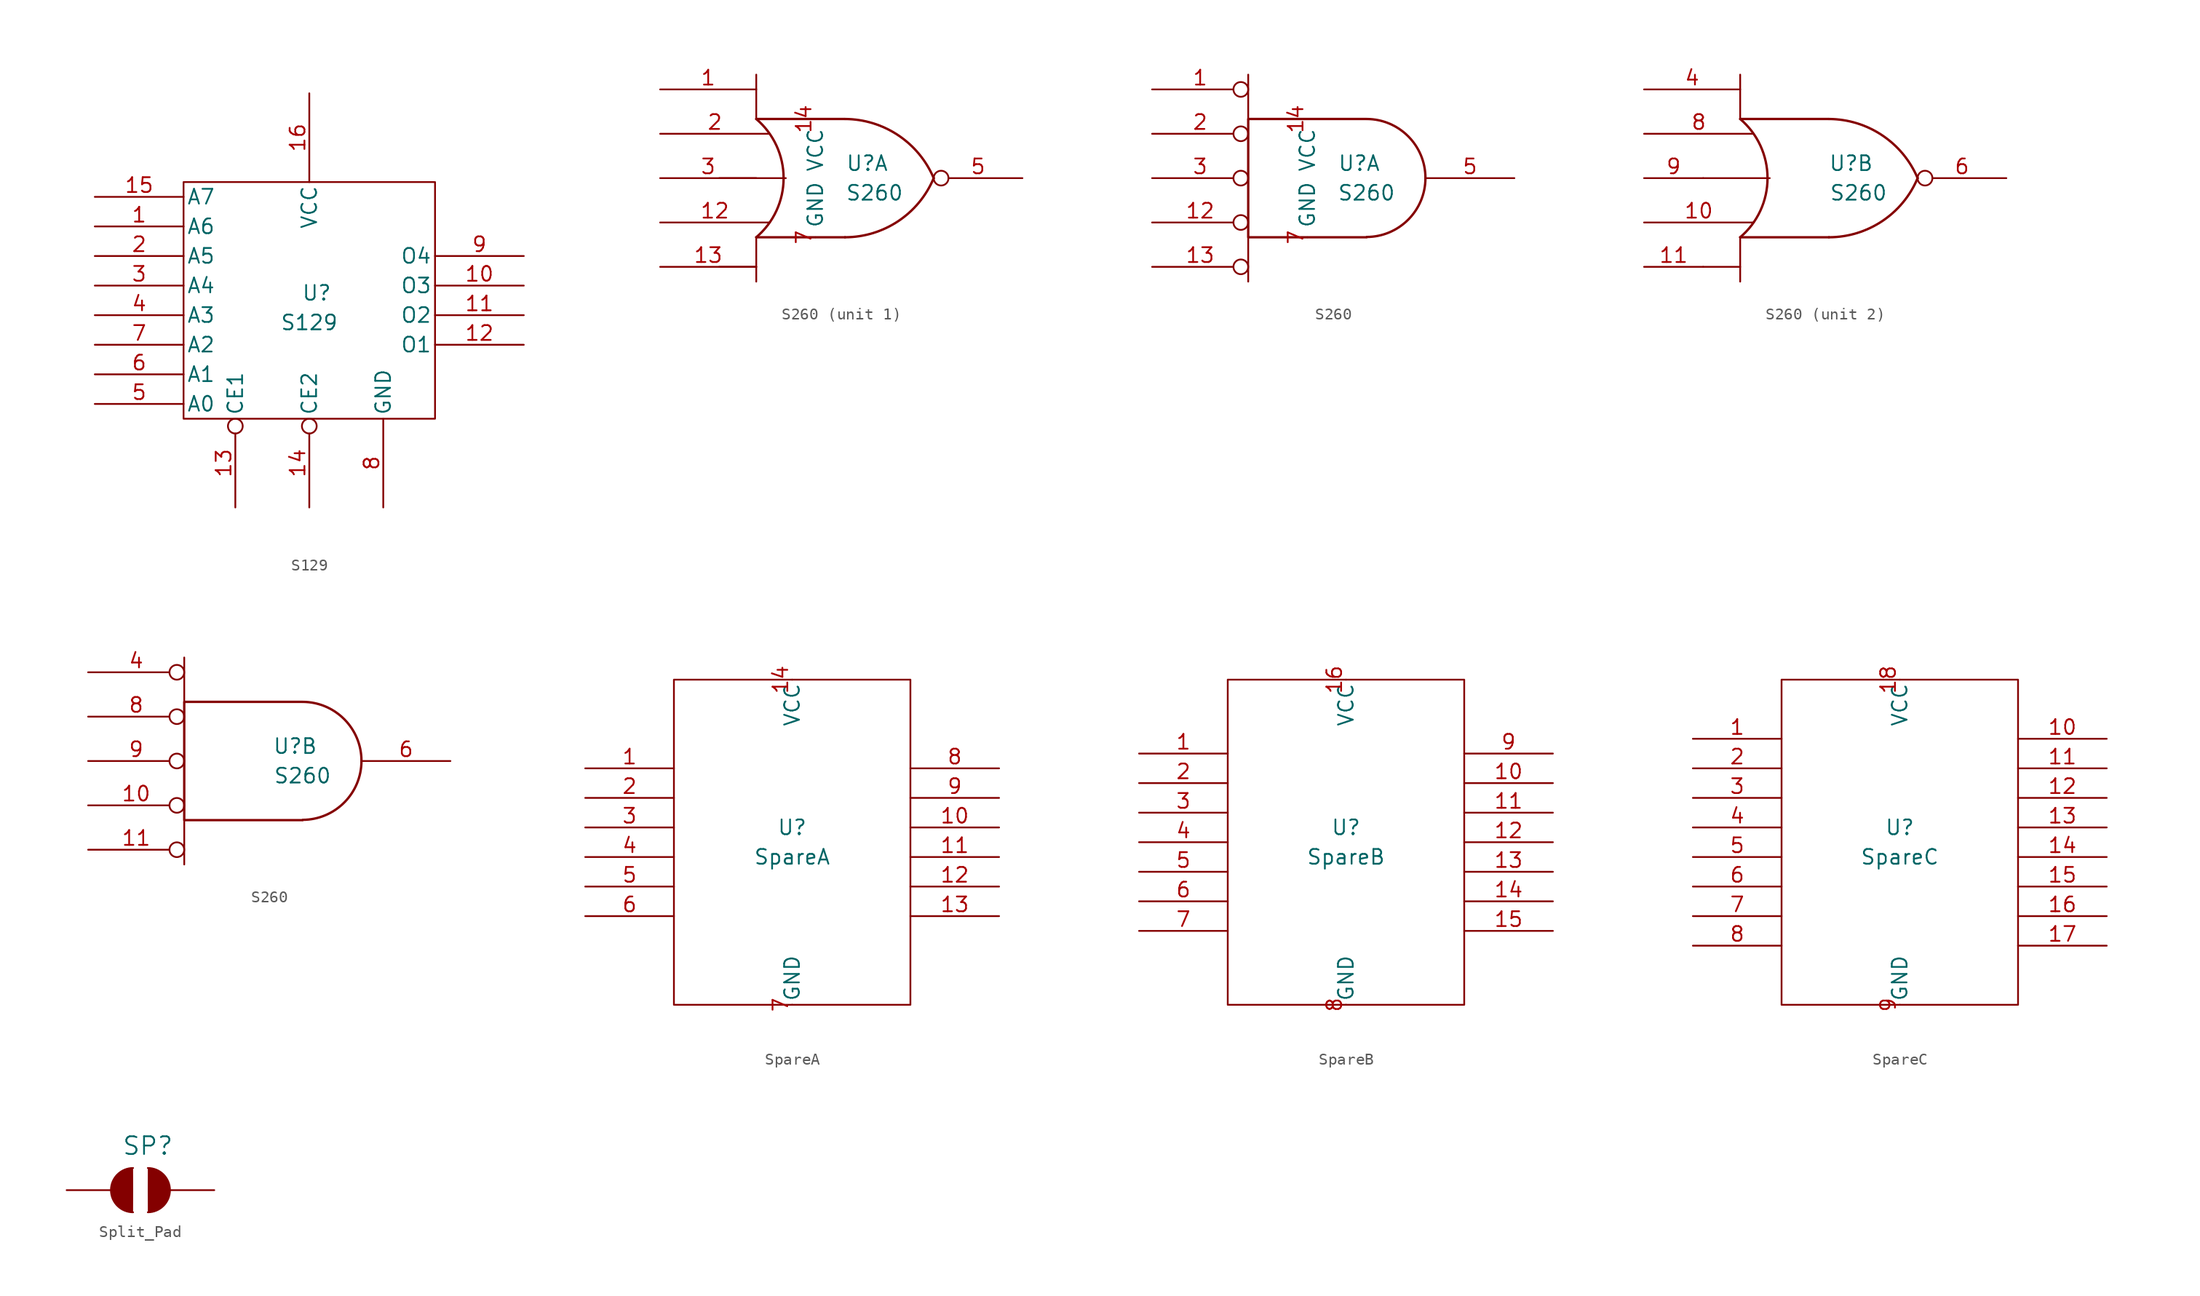
<source format=kicad_sym>
(kicad_symbol_lib
  (version 20211014)
  (generator kicad_symbol_editor)
  (symbol "S129"
    (pin_names
      (offset 0.254))
    (property "Reference" "U"
      (at 0.635 1.27 0)
      (effects (font (size 1.27 1.27))))
    (property "Value" "S129"
      (at 0 -1.27 0)
      (effects (font (size 1.27 1.27))))
    (symbol "S129_0_0"
      (pin power_in line (at 6.35 -17.145 90) (length 7.62) (name "GND" (effects (font (size 1.27 1.27)))) (number "8" (effects (font (size 1.27 1.27))))))
    (symbol "S129_0_1"
      (rectangle (start -10.795 10.795) (end 10.795 -9.525) (stroke (width 0) (type default) (color 0 0 0 0)) (fill (type none))))
    (symbol "S129_1_0"
      (pin power_in line (at 0 18.415 270) (length 7.62) (name "VCC" (effects (font (size 1.27 1.27)))) (number "16" (effects (font (size 1.27 1.27))))))
    (symbol "S129_1_1"
      (pin input line (at -18.415 6.985 0) (length 7.62) (name "A6" (effects (font (size 1.27 1.27)))) (number "1" (effects (font (size 1.27 1.27)))))
      (pin output line (at 18.415 1.905 180) (length 7.62) (name "O3" (effects (font (size 1.27 1.27)))) (number "10" (effects (font (size 1.27 1.27)))))
      (pin output line (at 18.415 -0.635 180) (length 7.62) (name "O2" (effects (font (size 1.27 1.27)))) (number "11" (effects (font (size 1.27 1.27)))))
      (pin output line (at 18.415 -3.175 180) (length 7.62) (name "O1" (effects (font (size 1.27 1.27)))) (number "12" (effects (font (size 1.27 1.27)))))
      (pin input inverted (at -6.35 -17.145 90) (length 7.62) (name "CE1" (effects (font (size 1.27 1.27)))) (number "13" (effects (font (size 1.27 1.27)))))
      (pin input inverted (at 0 -17.145 90) (length 7.62) (name "CE2" (effects (font (size 1.27 1.27)))) (number "14" (effects (font (size 1.27 1.27)))))
      (pin input line (at -18.415 9.525 0) (length 7.62) (name "A7" (effects (font (size 1.27 1.27)))) (number "15" (effects (font (size 1.27 1.27)))))
      (pin input line (at -18.415 4.445 0) (length 7.62) (name "A5" (effects (font (size 1.27 1.27)))) (number "2" (effects (font (size 1.27 1.27)))))
      (pin input line (at -18.415 1.905 0) (length 7.62) (name "A4" (effects (font (size 1.27 1.27)))) (number "3" (effects (font (size 1.27 1.27)))))
      (pin input line (at -18.415 -0.635 0) (length 7.62) (name "A3" (effects (font (size 1.27 1.27)))) (number "4" (effects (font (size 1.27 1.27)))))
      (pin input line (at -18.415 -8.255 0) (length 7.62) (name "A0" (effects (font (size 1.27 1.27)))) (number "5" (effects (font (size 1.27 1.27)))))
      (pin input line (at -18.415 -5.715 0) (length 7.62) (name "A1" (effects (font (size 1.27 1.27)))) (number "6" (effects (font (size 1.27 1.27)))))
      (pin input line (at -18.415 -3.175 0) (length 7.62) (name "A2" (effects (font (size 1.27 1.27)))) (number "7" (effects (font (size 1.27 1.27)))))
      (pin output line (at 18.415 4.445 180) (length 7.62) (name "O4" (effects (font (size 1.27 1.27)))) (number "9" (effects (font (size 1.27 1.27)))))))
  (symbol "S260"
    (pin_names
      (offset 0.762))
    (property "Reference" "U"
      (at 1.905 1.27 0)
      (effects (font (size 1.27 1.27))))
    (property "Value" "S260"
      (at 2.54 -1.27 0)
      (effects (font (size 1.27 1.27))))
    (symbol "S260_0_1"
      (arc (start -7.62 -5.08) (mid -5.2708 0) (end -7.62 5.08) (stroke (width 0.2032) (type default) (color 0 0 0 0)) (fill (type none)))
      (arc (start 0 -5.08) (mid 4.5812 -3.6906) (end 7.62 0) (stroke (width 0.2032) (type default) (color 0 0 0 0)) (fill (type none)))
      (polyline (pts (xy -10.795 -7.62) (xy -7.62 -7.62)) (stroke (width 0) (type default) (color 0 0 0 0)) (fill (type none)))
      (polyline (pts (xy -10.795 0) (xy -5.08 0)) (stroke (width 0) (type default) (color 0 0 0 0)) (fill (type none)))
      (polyline (pts (xy -7.62 -5.08) (xy -7.62 -8.89)) (stroke (width 0) (type default) (color 0 0 0 0)) (fill (type none)))
      (polyline (pts (xy -7.62 -5.08) (xy 0 -5.08)) (stroke (width 0.203) (type default) (color 0 0 0 0)) (fill (type none)))
      (polyline (pts (xy -7.62 5.08) (xy -7.62 8.89)) (stroke (width 0) (type default) (color 0 0 0 0)) (fill (type none)))
      (polyline (pts (xy -7.62 5.08) (xy 0 5.08)) (stroke (width 0.203) (type default) (color 0 0 0 0)) (fill (type none)))
      (arc (start 7.62 0) (mid 4.5727 3.6819) (end 0 5.08) (stroke (width 0.2032) (type default) (color 0 0 0 0)) (fill (type none))))
    (symbol "S260_0_2"
      (polyline (pts (xy -7.62 -5.08) (xy -7.62 -8.89)) (stroke (width 0) (type default) (color 0 0 0 0)) (fill (type none)))
      (polyline (pts (xy -7.62 5.08) (xy -7.62 8.89)) (stroke (width 0) (type default) (color 0 0 0 0)) (fill (type none)))
      (polyline (pts (xy 2.54 5.08) (xy -7.62 5.08) (xy -7.62 -5.08) (xy 2.54 -5.08)) (stroke (width 0.203) (type default) (color 0 0 0 0)) (fill (type none)))
      (arc (start 2.5654 -5.0546) (mid 7.5947 0.0001) (end 2.5654 5.08) (stroke (width 0.2032) (type default) (color 0 0 0 0)) (fill (type none))))
    (symbol "S260_1_0"
      (pin power_in line (at -2.54 5.08 270) (length 0) (name "VCC" (effects (font (size 1.27 1.27)))) (number "14" (effects (font (size 1.27 1.27)))))
      (pin power_in line (at -2.54 -5.08 90) (length 0) (name "GND" (effects (font (size 1.27 1.27)))) (number "7" (effects (font (size 1.27 1.27))))))
    (symbol "S260_1_1"
      (pin bidirectional line (at -15.875 7.62 0) (length 8.255) (name "~" (effects (font (size 1.27 1.27)))) (number "1" (effects (font (size 1.27 1.27)))))
      (pin input line (at -15.875 -3.81 0) (length 9.398) (name "~" (effects (font (size 1.27 1.27)))) (number "12" (effects (font (size 1.27 1.27)))))
      (pin bidirectional line (at -15.875 -7.62 0) (length 8.255) (name "~" (effects (font (size 1.27 1.27)))) (number "13" (effects (font (size 1.27 1.27)))))
      (pin input line (at -15.875 3.81 0) (length 9.398) (name "~" (effects (font (size 1.27 1.27)))) (number "2" (effects (font (size 1.27 1.27)))))
      (pin bidirectional line (at -15.875 0 0) (length 8.255) (name "~" (effects (font (size 1.27 1.27)))) (number "3" (effects (font (size 1.27 1.27)))))
      (pin output inverted (at 15.24 0 180) (length 7.62) (name "~" (effects (font (size 1.27 1.27)))) (number "5" (effects (font (size 1.27 1.27))))))
    (symbol "S260_1_2"
      (pin bidirectional inverted (at -15.875 7.62 0) (length 8.255) (name "~" (effects (font (size 1.27 1.27)))) (number "1" (effects (font (size 1.27 1.27)))))
      (pin input inverted (at -15.875 -3.81 0) (length 8.255) (name "~" (effects (font (size 1.27 1.27)))) (number "12" (effects (font (size 1.27 1.27)))))
      (pin bidirectional inverted (at -15.875 -7.62 0) (length 8.255) (name "~" (effects (font (size 1.27 1.27)))) (number "13" (effects (font (size 1.27 1.27)))))
      (pin input inverted (at -15.875 3.81 0) (length 8.255) (name "~" (effects (font (size 1.27 1.27)))) (number "2" (effects (font (size 1.27 1.27)))))
      (pin bidirectional inverted (at -15.875 0 0) (length 8.255) (name "~" (effects (font (size 1.27 1.27)))) (number "3" (effects (font (size 1.27 1.27)))))
      (pin output line (at 15.24 0 180) (length 7.62) (name "~" (effects (font (size 1.27 1.27)))) (number "5" (effects (font (size 1.27 1.27))))))
    (symbol "S260_2_1"
      (pin input line (at -15.875 -3.81 0) (length 9.398) (name "~" (effects (font (size 1.27 1.27)))) (number "10" (effects (font (size 1.27 1.27)))))
      (pin bidirectional line (at -15.875 -7.62 0) (length 5.08) (name "~" (effects (font (size 1.27 1.27)))) (number "11" (effects (font (size 1.27 1.27)))))
      (pin bidirectional line (at -15.875 7.62 0) (length 8.255) (name "~" (effects (font (size 1.27 1.27)))) (number "4" (effects (font (size 1.27 1.27)))))
      (pin output inverted (at 15.24 0 180) (length 7.62) (name "~" (effects (font (size 1.27 1.27)))) (number "6" (effects (font (size 1.27 1.27)))))
      (pin input line (at -15.875 3.81 0) (length 9.398) (name "~" (effects (font (size 1.27 1.27)))) (number "8" (effects (font (size 1.27 1.27)))))
      (pin bidirectional line (at -15.875 0 0) (length 5.08) (name "~" (effects (font (size 1.27 1.27)))) (number "9" (effects (font (size 1.27 1.27))))))
    (symbol "S260_2_2"
      (pin input inverted (at -15.875 -3.81 0) (length 8.255) (name "~" (effects (font (size 1.27 1.27)))) (number "10" (effects (font (size 1.27 1.27)))))
      (pin bidirectional inverted (at -15.875 -7.62 0) (length 8.255) (name "~" (effects (font (size 1.27 1.27)))) (number "11" (effects (font (size 1.27 1.27)))))
      (pin bidirectional inverted (at -15.875 7.62 0) (length 8.255) (name "~" (effects (font (size 1.27 1.27)))) (number "4" (effects (font (size 1.27 1.27)))))
      (pin output line (at 15.24 0 180) (length 7.62) (name "~" (effects (font (size 1.27 1.27)))) (number "6" (effects (font (size 1.27 1.27)))))
      (pin input inverted (at -15.875 3.81 0) (length 8.255) (name "~" (effects (font (size 1.27 1.27)))) (number "8" (effects (font (size 1.27 1.27)))))
      (pin bidirectional inverted (at -15.875 0 0) (length 8.255) (name "~" (effects (font (size 1.27 1.27)))) (number "9" (effects (font (size 1.27 1.27)))))))
  (symbol "SpareA"
    (pin_names
      (offset 0.254))
    (property "Reference" "U"
      (at 0 1.27 0)
      (effects (font (size 1.27 1.27))))
    (property "Value" "SpareA"
      (at 0 -1.27 0)
      (effects (font (size 1.27 1.27))))
    (symbol "SpareA_0_1"
      (rectangle (start -10.16 13.97) (end 10.16 -13.97) (stroke (width 0) (type default) (color 0 0 0 0)) (fill (type none))))
    (symbol "SpareA_1_0"
      (pin power_in line (at 0 13.97 270) (length 0) (name "VCC" (effects (font (size 1.27 1.27)))) (number "14" (effects (font (size 1.27 1.27)))))
      (pin power_in line (at 0 -13.97 90) (length 0) (name "GND" (effects (font (size 1.27 1.27)))) (number "7" (effects (font (size 1.27 1.27))))))
    (symbol "SpareA_1_1"
      (pin bidirectional line (at -17.78 6.35 0) (length 7.62) (name "~" (effects (font (size 1.27 1.27)))) (number "1" (effects (font (size 1.27 1.27)))))
      (pin bidirectional line (at 17.78 1.27 180) (length 7.62) (name "~" (effects (font (size 1.27 1.27)))) (number "10" (effects (font (size 1.27 1.27)))))
      (pin bidirectional line (at 17.78 -1.27 180) (length 7.62) (name "~" (effects (font (size 1.27 1.27)))) (number "11" (effects (font (size 1.27 1.27)))))
      (pin bidirectional line (at 17.78 -3.81 180) (length 7.62) (name "~" (effects (font (size 1.27 1.27)))) (number "12" (effects (font (size 1.27 1.27)))))
      (pin bidirectional line (at 17.78 -6.35 180) (length 7.62) (name "~" (effects (font (size 1.27 1.27)))) (number "13" (effects (font (size 1.27 1.27)))))
      (pin input line (at -17.78 3.81 0) (length 7.62) (name "~" (effects (font (size 1.27 1.27)))) (number "2" (effects (font (size 1.27 1.27)))))
      (pin bidirectional line (at -17.78 1.27 0) (length 7.62) (name "~" (effects (font (size 1.27 1.27)))) (number "3" (effects (font (size 1.27 1.27)))))
      (pin bidirectional line (at -17.78 -1.27 0) (length 7.62) (name "~" (effects (font (size 1.27 1.27)))) (number "4" (effects (font (size 1.27 1.27)))))
      (pin bidirectional line (at -17.78 -3.81 0) (length 7.62) (name "~" (effects (font (size 1.27 1.27)))) (number "5" (effects (font (size 1.27 1.27)))))
      (pin bidirectional line (at -17.78 -6.35 0) (length 7.62) (name "~" (effects (font (size 1.27 1.27)))) (number "6" (effects (font (size 1.27 1.27)))))
      (pin bidirectional line (at 17.78 6.35 180) (length 7.62) (name "~" (effects (font (size 1.27 1.27)))) (number "8" (effects (font (size 1.27 1.27)))))
      (pin bidirectional line (at 17.78 3.81 180) (length 7.62) (name "~" (effects (font (size 1.27 1.27)))) (number "9" (effects (font (size 1.27 1.27)))))))
  (symbol "SpareB"
    (pin_names
      (offset 0.254))
    (property "Reference" "U"
      (at 0 1.27 0)
      (effects (font (size 1.27 1.27))))
    (property "Value" "SpareB"
      (at 0 -1.27 0)
      (effects (font (size 1.27 1.27))))
    (symbol "SpareB_0_1"
      (rectangle (start -10.16 13.97) (end 10.16 -13.97) (stroke (width 0) (type default) (color 0 0 0 0)) (fill (type none))))
    (symbol "SpareB_1_0"
      (pin power_in line (at 0 13.97 270) (length 0) (name "VCC" (effects (font (size 1.27 1.27)))) (number "16" (effects (font (size 1.27 1.27)))))
      (pin power_in line (at 0 -13.97 90) (length 0) (name "GND" (effects (font (size 1.27 1.27)))) (number "8" (effects (font (size 1.27 1.27))))))
    (symbol "SpareB_1_1"
      (pin bidirectional line (at -17.78 7.62 0) (length 7.62) (name "~" (effects (font (size 1.27 1.27)))) (number "1" (effects (font (size 1.27 1.27)))))
      (pin bidirectional line (at 17.78 5.08 180) (length 7.62) (name "~" (effects (font (size 1.27 1.27)))) (number "10" (effects (font (size 1.27 1.27)))))
      (pin bidirectional line (at 17.78 2.54 180) (length 7.62) (name "~" (effects (font (size 1.27 1.27)))) (number "11" (effects (font (size 1.27 1.27)))))
      (pin bidirectional line (at 17.78 0 180) (length 7.62) (name "~" (effects (font (size 1.27 1.27)))) (number "12" (effects (font (size 1.27 1.27)))))
      (pin bidirectional line (at 17.78 -2.54 180) (length 7.62) (name "~" (effects (font (size 1.27 1.27)))) (number "13" (effects (font (size 1.27 1.27)))))
      (pin bidirectional line (at 17.78 -5.08 180) (length 7.62) (name "~" (effects (font (size 1.27 1.27)))) (number "14" (effects (font (size 1.27 1.27)))))
      (pin bidirectional line (at 17.78 -7.62 180) (length 7.62) (name "~" (effects (font (size 1.27 1.27)))) (number "15" (effects (font (size 1.27 1.27)))))
      (pin input line (at -17.78 5.08 0) (length 7.62) (name "~" (effects (font (size 1.27 1.27)))) (number "2" (effects (font (size 1.27 1.27)))))
      (pin bidirectional line (at -17.78 2.54 0) (length 7.62) (name "~" (effects (font (size 1.27 1.27)))) (number "3" (effects (font (size 1.27 1.27)))))
      (pin bidirectional line (at -17.78 0 0) (length 7.62) (name "~" (effects (font (size 1.27 1.27)))) (number "4" (effects (font (size 1.27 1.27)))))
      (pin bidirectional line (at -17.78 -2.54 0) (length 7.62) (name "~" (effects (font (size 1.27 1.27)))) (number "5" (effects (font (size 1.27 1.27)))))
      (pin bidirectional line (at -17.78 -5.08 0) (length 7.62) (name "~" (effects (font (size 1.27 1.27)))) (number "6" (effects (font (size 1.27 1.27)))))
      (pin bidirectional line (at -17.78 -7.62 0) (length 7.62) (name "~" (effects (font (size 1.27 1.27)))) (number "7" (effects (font (size 1.27 1.27)))))
      (pin bidirectional line (at 17.78 7.62 180) (length 7.62) (name "~" (effects (font (size 1.27 1.27)))) (number "9" (effects (font (size 1.27 1.27)))))))
  (symbol "SpareC"
    (pin_names
      (offset 0.254))
    (property "Reference" "U"
      (at 0 1.27 0)
      (effects (font (size 1.27 1.27))))
    (property "Value" "SpareC"
      (at 0 -1.27 0)
      (effects (font (size 1.27 1.27))))
    (symbol "SpareC_0_1"
      (rectangle (start -10.16 13.97) (end 10.16 -13.97) (stroke (width 0) (type default) (color 0 0 0 0)) (fill (type none))))
    (symbol "SpareC_1_0"
      (pin power_in line (at 0 13.97 270) (length 0) (name "VCC" (effects (font (size 1.27 1.27)))) (number "18" (effects (font (size 1.27 1.27)))))
      (pin power_in line (at 0 -13.97 90) (length 0) (name "GND" (effects (font (size 1.27 1.27)))) (number "9" (effects (font (size 1.27 1.27))))))
    (symbol "SpareC_1_1"
      (pin bidirectional line (at -17.78 8.89 0) (length 7.62) (name "~" (effects (font (size 1.27 1.27)))) (number "1" (effects (font (size 1.27 1.27)))))
      (pin bidirectional line (at 17.78 8.89 180) (length 7.62) (name "~" (effects (font (size 1.27 1.27)))) (number "10" (effects (font (size 1.27 1.27)))))
      (pin bidirectional line (at 17.78 6.35 180) (length 7.62) (name "~" (effects (font (size 1.27 1.27)))) (number "11" (effects (font (size 1.27 1.27)))))
      (pin bidirectional line (at 17.78 3.81 180) (length 7.62) (name "~" (effects (font (size 1.27 1.27)))) (number "12" (effects (font (size 1.27 1.27)))))
      (pin bidirectional line (at 17.78 1.27 180) (length 7.62) (name "~" (effects (font (size 1.27 1.27)))) (number "13" (effects (font (size 1.27 1.27)))))
      (pin bidirectional line (at 17.78 -1.27 180) (length 7.62) (name "~" (effects (font (size 1.27 1.27)))) (number "14" (effects (font (size 1.27 1.27)))))
      (pin bidirectional line (at 17.78 -3.81 180) (length 7.62) (name "~" (effects (font (size 1.27 1.27)))) (number "15" (effects (font (size 1.27 1.27)))))
      (pin bidirectional line (at 17.78 -6.35 180) (length 7.62) (name "~" (effects (font (size 1.27 1.27)))) (number "16" (effects (font (size 1.27 1.27)))))
      (pin bidirectional line (at 17.78 -8.89 180) (length 7.62) (name "~" (effects (font (size 1.27 1.27)))) (number "17" (effects (font (size 1.27 1.27)))))
      (pin input line (at -17.78 6.35 0) (length 7.62) (name "~" (effects (font (size 1.27 1.27)))) (number "2" (effects (font (size 1.27 1.27)))))
      (pin bidirectional line (at -17.78 3.81 0) (length 7.62) (name "~" (effects (font (size 1.27 1.27)))) (number "3" (effects (font (size 1.27 1.27)))))
      (pin bidirectional line (at -17.78 1.27 0) (length 7.62) (name "~" (effects (font (size 1.27 1.27)))) (number "4" (effects (font (size 1.27 1.27)))))
      (pin bidirectional line (at -17.78 -1.27 0) (length 7.62) (name "~" (effects (font (size 1.27 1.27)))) (number "5" (effects (font (size 1.27 1.27)))))
      (pin bidirectional line (at -17.78 -3.81 0) (length 7.62) (name "~" (effects (font (size 1.27 1.27)))) (number "6" (effects (font (size 1.27 1.27)))))
      (pin bidirectional line (at -17.78 -6.35 0) (length 7.62) (name "~" (effects (font (size 1.27 1.27)))) (number "7" (effects (font (size 1.27 1.27)))))
      (pin bidirectional line (at -17.78 -8.89 0) (length 7.62) (name "~" (effects (font (size 1.27 1.27)))) (number "8" (effects (font (size 1.27 1.27)))))))
  (symbol "Split_Pad"
    (pin_numbers hide)
    (pin_names
      (offset 0) hide)
    (property "Reference" "SP"
      (at 0.635 3.81 0)
      (effects (font (size 1.524 1.524))))
    (symbol "Split_Pad_0_1"
      (arc (start 0.635 -1.905) (mid 2.54 0) (end 0.635 1.905) (stroke (width 0) (type default) (color 0 0 0 0)) (fill (type outline))))
    (symbol "Split_Pad_1_1"
      (arc (start -0.635 1.905) (mid -2.54 0) (end -0.635 -1.905) (stroke (width 0) (type default) (color 0 0 0 0)) (fill (type outline)))
      (pin passive line (at -6.35 0 0) (length 5.08) (name "~" (effects (font (size 1.27 1.27)))) (number "1" (effects (font (size 1.27 1.27)))))
      (pin passive line (at 6.35 0 180) (length 5.08) (name "~" (effects (font (size 1.27 1.27)))) (number "2" (effects (font (size 1.27 1.27))))))))
</source>
